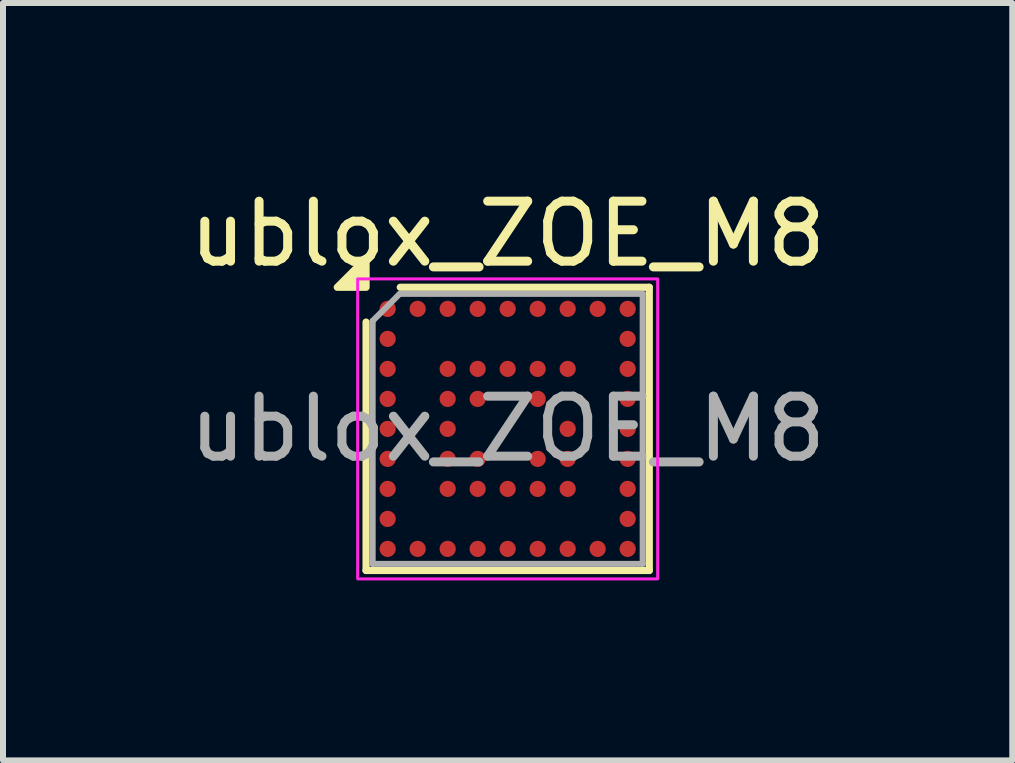
<source format=kicad_pcb>
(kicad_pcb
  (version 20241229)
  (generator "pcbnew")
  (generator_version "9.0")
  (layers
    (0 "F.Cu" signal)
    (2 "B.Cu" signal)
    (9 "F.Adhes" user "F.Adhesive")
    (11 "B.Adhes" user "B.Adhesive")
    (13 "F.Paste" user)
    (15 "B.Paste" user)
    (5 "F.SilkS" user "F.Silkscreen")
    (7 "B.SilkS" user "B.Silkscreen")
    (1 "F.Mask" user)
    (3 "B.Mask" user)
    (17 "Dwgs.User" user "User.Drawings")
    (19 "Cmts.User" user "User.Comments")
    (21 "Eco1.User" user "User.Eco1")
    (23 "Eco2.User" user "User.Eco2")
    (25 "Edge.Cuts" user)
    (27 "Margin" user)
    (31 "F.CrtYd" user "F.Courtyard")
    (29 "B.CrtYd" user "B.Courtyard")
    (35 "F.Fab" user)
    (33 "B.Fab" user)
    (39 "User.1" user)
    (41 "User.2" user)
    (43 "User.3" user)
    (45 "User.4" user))
  (footprint "ublox_ZOE_M8"
    (layer "F.Cu")
    (at 5.411 4.098)
    (property "Reference" "ublox_ZOE_M8" (at 0 -3.25 0) (layer "F.SilkS") (effects (font (size 1 1) (thickness 0.15))))
    (attr smd)
    (fp_line (start -2.36 2.36) (end -2.36 -1.78) (stroke (width 0.12) (type default)) (layer "F.SilkS"))
    (fp_line (start -1.79 -2.36) (end 2.36 -2.36) (stroke (width 0.12) (type default)) (layer "F.SilkS"))
    (fp_line (start 2.36 -2.36) (end 2.36 2.36) (stroke (width 0.12) (type default)) (layer "F.SilkS"))
    (fp_line (start 2.36 2.36) (end -2.36 2.36) (stroke (width 0.12) (type default)) (layer "F.SilkS"))
    (fp_poly (pts (xy -2.36 -2.36) (xy -2.36 -2.84) (xy -2.84 -2.36)) (stroke (width 0.12) (type solid)) (fill yes) (layer "F.SilkS"))
    (fp_rect (start -2.5 -2.5) (end 2.5 2.5) (stroke (width 0.05) (type default)) (fill no) (layer "F.CrtYd"))
    (fp_line (start -2.25 -1.8) (end -1.8 -2.25) (stroke (width 0.1) (type default)) (layer "F.Fab"))
    (fp_line (start -2.25 2.25) (end -2.25 -1.8) (stroke (width 0.1) (type default)) (layer "F.Fab"))
    (fp_line (start -1.8 -2.25) (end 2.25 -2.25) (stroke (width 0.1) (type default)) (layer "F.Fab"))
    (fp_line (start 2.25 -2.25) (end 2.25 2.25) (stroke (width 0.1) (type default)) (layer "F.Fab"))
    (fp_line (start 2.25 2.25) (end -2.25 2.25) (stroke (width 0.1) (type default)) (layer "F.Fab"))
    (fp_text user "${REFERENCE}" (at 0 0 0) (layer "F.Fab") (effects (font (size 1 1) (thickness 0.15))))
    (pad "A1" smd circle (at -2 -2) (size 0.27 0.27) (layers "F.Cu" "F.Mask" "F.Paste"))
    (pad "A2" smd circle (at -1.5 -2) (size 0.27 0.27) (layers "F.Cu" "F.Mask" "F.Paste"))
    (pad "A3" smd circle (at -1 -2) (size 0.27 0.27) (layers "F.Cu" "F.Mask" "F.Paste"))
    (pad "A4" smd circle (at -0.5 -2) (size 0.27 0.27) (layers "F.Cu" "F.Mask" "F.Paste"))
    (pad "A5" smd circle (at 0 -2) (size 0.27 0.27) (layers "F.Cu" "F.Mask" "F.Paste"))
    (pad "A6" smd circle (at 0.5 -2) (size 0.27 0.27) (layers "F.Cu" "F.Mask" "F.Paste"))
    (pad "A7" smd circle (at 1 -2) (size 0.27 0.27) (layers "F.Cu" "F.Mask" "F.Paste"))
    (pad "A8" smd circle (at 1.5 -2) (size 0.27 0.27) (layers "F.Cu" "F.Mask" "F.Paste"))
    (pad "A9" smd circle (at 2 -2) (size 0.27 0.27) (layers "F.Cu" "F.Mask" "F.Paste"))
    (pad "B1" smd circle (at -2 -1.5) (size 0.27 0.27) (layers "F.Cu" "F.Mask" "F.Paste"))
    (pad "B9" smd circle (at 2 -1.5) (size 0.27 0.27) (layers "F.Cu" "F.Mask" "F.Paste"))
    (pad "C1" smd circle (at -2 -1) (size 0.27 0.27) (layers "F.Cu" "F.Mask" "F.Paste"))
    (pad "C3" smd circle (at -1 -1) (size 0.27 0.27) (layers "F.Cu" "F.Mask" "F.Paste"))
    (pad "C4" smd circle (at -0.5 -1) (size 0.27 0.27) (layers "F.Cu" "F.Mask" "F.Paste"))
    (pad "C5" smd circle (at 0 -1) (size 0.27 0.27) (layers "F.Cu" "F.Mask" "F.Paste"))
    (pad "C6" smd circle (at 0.5 -1) (size 0.27 0.27) (layers "F.Cu" "F.Mask" "F.Paste"))
    (pad "C7" smd circle (at 1 -1) (size 0.27 0.27) (layers "F.Cu" "F.Mask" "F.Paste"))
    (pad "C9" smd circle (at 2 -1) (size 0.27 0.27) (layers "F.Cu" "F.Mask" "F.Paste"))
    (pad "D1" smd circle (at -2 -0.5) (size 0.27 0.27) (layers "F.Cu" "F.Mask" "F.Paste"))
    (pad "D3" smd circle (at -1 -0.5) (size 0.27 0.27) (layers "F.Cu" "F.Mask" "F.Paste"))
    (pad "D4" smd circle (at -0.5 -0.5) (size 0.27 0.27) (layers "F.Cu" "F.Mask" "F.Paste"))
    (pad "D6" smd circle (at 0.5 -0.5) (size 0.27 0.27) (layers "F.Cu" "F.Mask" "F.Paste"))
    (pad "D9" smd circle (at 2 -0.5) (size 0.27 0.27) (layers "F.Cu" "F.Mask" "F.Paste"))
    (pad "E1" smd circle (at -2 0) (size 0.27 0.27) (layers "F.Cu" "F.Mask" "F.Paste"))
    (pad "E3" smd circle (at -1 0) (size 0.27 0.27) (layers "F.Cu" "F.Mask" "F.Paste"))
    (pad "E7" smd circle (at 1 0) (size 0.27 0.27) (layers "F.Cu" "F.Mask" "F.Paste"))
    (pad "E9" smd circle (at 2 0) (size 0.27 0.27) (layers "F.Cu" "F.Mask" "F.Paste"))
    (pad "F1" smd circle (at -2 0.5) (size 0.27 0.27) (layers "F.Cu" "F.Mask" "F.Paste"))
    (pad "F3" smd circle (at -1 0.5) (size 0.27 0.27) (layers "F.Cu" "F.Mask" "F.Paste"))
    (pad "F4" smd circle (at -0.5 0.5) (size 0.27 0.27) (layers "F.Cu" "F.Mask" "F.Paste"))
    (pad "F6" smd circle (at 0.5 0.5) (size 0.27 0.27) (layers "F.Cu" "F.Mask" "F.Paste"))
    (pad "F7" smd circle (at 1 0.5) (size 0.27 0.27) (layers "F.Cu" "F.Mask" "F.Paste"))
    (pad "F9" smd circle (at 2 0.5) (size 0.27 0.27) (layers "F.Cu" "F.Mask" "F.Paste"))
    (pad "G1" smd circle (at -2 1) (size 0.27 0.27) (layers "F.Cu" "F.Mask" "F.Paste"))
    (pad "G3" smd circle (at -1 1) (size 0.27 0.27) (layers "F.Cu" "F.Mask" "F.Paste"))
    (pad "G4" smd circle (at -0.5 1) (size 0.27 0.27) (layers "F.Cu" "F.Mask" "F.Paste"))
    (pad "G5" smd circle (at 0 1) (size 0.27 0.27) (layers "F.Cu" "F.Mask" "F.Paste"))
    (pad "G6" smd circle (at 0.5 1) (size 0.27 0.27) (layers "F.Cu" "F.Mask" "F.Paste"))
    (pad "G7" smd circle (at 1 1) (size 0.27 0.27) (layers "F.Cu" "F.Mask" "F.Paste"))
    (pad "G9" smd circle (at 2 1) (size 0.27 0.27) (layers "F.Cu" "F.Mask" "F.Paste"))
    (pad "H1" smd circle (at -2 1.5) (size 0.27 0.27) (layers "F.Cu" "F.Mask" "F.Paste"))
    (pad "H9" smd circle (at 2 1.5) (size 0.27 0.27) (layers "F.Cu" "F.Mask" "F.Paste"))
    (pad "J1" smd circle (at -2 2) (size 0.27 0.27) (layers "F.Cu" "F.Mask" "F.Paste"))
    (pad "J2" smd circle (at -1.5 2) (size 0.27 0.27) (layers "F.Cu" "F.Mask" "F.Paste"))
    (pad "J3" smd circle (at -1 2) (size 0.27 0.27) (layers "F.Cu" "F.Mask" "F.Paste"))
    (pad "J4" smd circle (at -0.5 2) (size 0.27 0.27) (layers "F.Cu" "F.Mask" "F.Paste"))
    (pad "J5" smd circle (at 0 2) (size 0.27 0.27) (layers "F.Cu" "F.Mask" "F.Paste"))
    (pad "J6" smd circle (at 0.5 2) (size 0.27 0.27) (layers "F.Cu" "F.Mask" "F.Paste"))
    (pad "J7" smd circle (at 1 2) (size 0.27 0.27) (layers "F.Cu" "F.Mask" "F.Paste"))
    (pad "J8" smd circle (at 1.5 2) (size 0.27 0.27) (layers "F.Cu" "F.Mask" "F.Paste"))
    (pad "J9" smd circle (at 2 2) (size 0.27 0.27) (layers "F.Cu" "F.Mask" "F.Paste")))
  (gr_rect
    (start -3 -3)
    (end 13.821 9.623)
    (stroke (width 0.1) (type default))
    (fill no)
    (layer "Edge.Cuts")))
</source>
